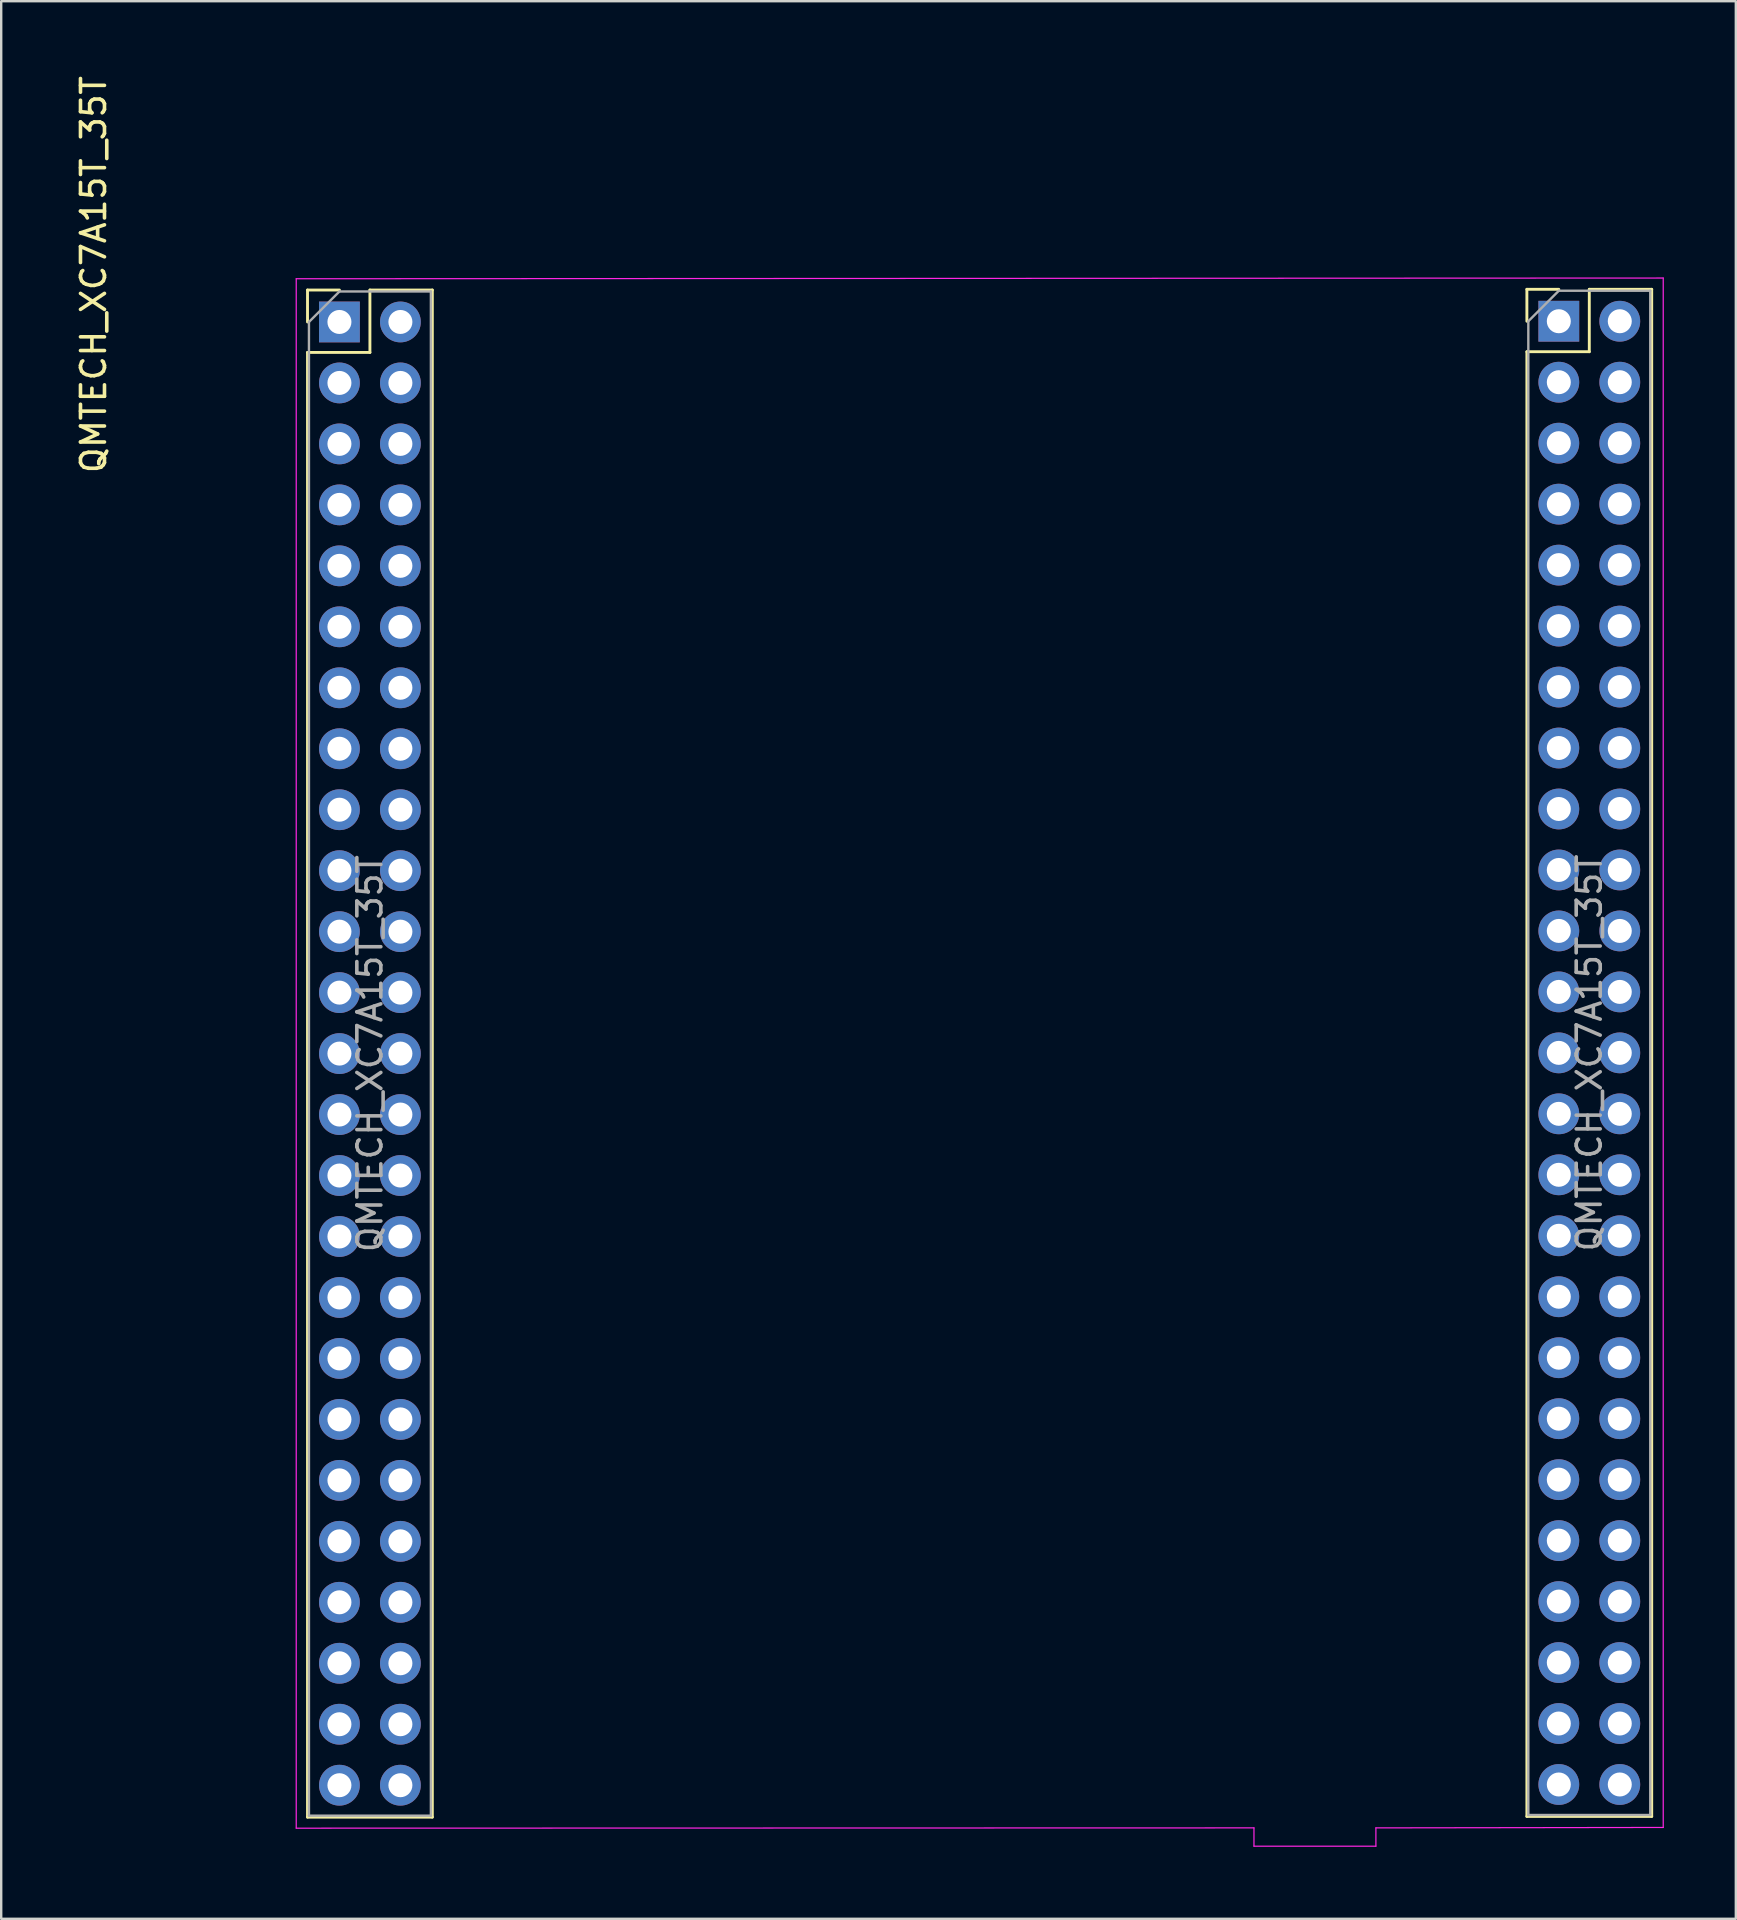
<source format=kicad_pcb>
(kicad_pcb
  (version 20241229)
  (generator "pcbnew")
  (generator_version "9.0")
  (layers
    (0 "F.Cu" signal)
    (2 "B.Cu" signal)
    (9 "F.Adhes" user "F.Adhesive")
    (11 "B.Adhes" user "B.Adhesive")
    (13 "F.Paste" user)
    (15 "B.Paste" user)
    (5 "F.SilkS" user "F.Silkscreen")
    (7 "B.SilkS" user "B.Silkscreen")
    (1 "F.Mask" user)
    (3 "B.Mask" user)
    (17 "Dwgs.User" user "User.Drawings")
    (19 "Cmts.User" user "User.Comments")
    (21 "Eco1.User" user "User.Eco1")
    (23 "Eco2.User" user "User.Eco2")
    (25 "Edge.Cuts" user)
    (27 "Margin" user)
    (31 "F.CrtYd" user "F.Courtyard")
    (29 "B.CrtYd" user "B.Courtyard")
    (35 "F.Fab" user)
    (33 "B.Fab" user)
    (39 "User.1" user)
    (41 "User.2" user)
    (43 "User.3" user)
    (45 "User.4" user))
  (footprint "QMTECH_XC7A15T_35T"
    (layer "F.Cu")
    (at 11.091 10.363)
    (property "Reference" "QMTECH_XC7A15T_35T" (at -10.243 -1.976 270) (layer "F.SilkS") (effects (font (size 1 1) (thickness 0.15))))
    (attr through_hole)
    (fp_line (start -1.33 -1.33) (end 0 -1.33) (stroke (width 0.12) (type solid)) (layer "F.SilkS"))
    (fp_line (start -1.33 0) (end -1.33 -1.33) (stroke (width 0.12) (type solid)) (layer "F.SilkS"))
    (fp_line (start -1.33 1.27) (end -1.33 62.29) (stroke (width 0.12) (type solid)) (layer "F.SilkS"))
    (fp_line (start -1.33 1.27) (end 1.27 1.27) (stroke (width 0.12) (type solid)) (layer "F.SilkS"))
    (fp_line (start -1.33 62.29) (end 3.87 62.29) (stroke (width 0.12) (type solid)) (layer "F.SilkS"))
    (fp_line (start 1.27 -1.33) (end 3.87 -1.33) (stroke (width 0.12) (type solid)) (layer "F.SilkS"))
    (fp_line (start 1.27 1.27) (end 1.27 -1.33) (stroke (width 0.12) (type solid)) (layer "F.SilkS"))
    (fp_line (start 3.87 -1.33) (end 3.87 62.29) (stroke (width 0.12) (type solid)) (layer "F.SilkS"))
    (fp_line (start 49.47 -1.36) (end 50.8 -1.36) (stroke (width 0.12) (type solid)) (layer "F.SilkS"))
    (fp_line (start 49.47 -0.03) (end 49.47 -1.36) (stroke (width 0.12) (type solid)) (layer "F.SilkS"))
    (fp_line (start 49.47 1.24) (end 49.47 62.26) (stroke (width 0.12) (type solid)) (layer "F.SilkS"))
    (fp_line (start 49.47 1.24) (end 52.07 1.24) (stroke (width 0.12) (type solid)) (layer "F.SilkS"))
    (fp_line (start 49.47 62.26) (end 54.67 62.26) (stroke (width 0.12) (type solid)) (layer "F.SilkS"))
    (fp_line (start 52.07 -1.36) (end 54.67 -1.36) (stroke (width 0.12) (type solid)) (layer "F.SilkS"))
    (fp_line (start 52.07 1.24) (end 52.07 -1.36) (stroke (width 0.12) (type solid)) (layer "F.SilkS"))
    (fp_line (start 54.67 -1.36) (end 54.67 62.26) (stroke (width 0.12) (type solid)) (layer "F.SilkS"))
    (fp_line (start -1.8 -1.8) (end -1.8 62.75) (stroke (width 0.05) (type solid)) (layer "F.CrtYd"))
    (fp_line (start -1.8 62.75) (end 38.1 62.738) (stroke (width 0.05) (type solid)) (layer "F.CrtYd"))
    (fp_line (start 38.1 63.5) (end 38.1 62.738) (stroke (width 0.05) (type solid)) (layer "F.CrtYd"))
    (fp_line (start 38.1 63.5) (end 43.18 63.5) (stroke (width 0.05) (type solid)) (layer "F.CrtYd"))
    (fp_line (start 43.18 62.738) (end 55.15 62.72) (stroke (width 0.05) (type solid)) (layer "F.CrtYd"))
    (fp_line (start 43.18 63.5) (end 43.18 62.738) (stroke (width 0.05) (type solid)) (layer "F.CrtYd"))
    (fp_line (start 55.15 -1.83) (end -1.8 -1.8) (stroke (width 0.05) (type solid)) (layer "F.CrtYd"))
    (fp_line (start 55.15 62.72) (end 55.15 -1.83) (stroke (width 0.05) (type solid)) (layer "F.CrtYd"))
    (fp_line (start -1.27 0) (end 0 -1.27) (stroke (width 0.1) (type solid)) (layer "F.Fab"))
    (fp_line (start -1.27 62.23) (end -1.27 0) (stroke (width 0.1) (type solid)) (layer "F.Fab"))
    (fp_line (start 0 -1.27) (end 3.81 -1.27) (stroke (width 0.1) (type solid)) (layer "F.Fab"))
    (fp_line (start 3.81 -1.27) (end 3.81 62.23) (stroke (width 0.1) (type solid)) (layer "F.Fab"))
    (fp_line (start 3.81 62.23) (end -1.27 62.23) (stroke (width 0.1) (type solid)) (layer "F.Fab"))
    (fp_line (start 49.53 -0.03) (end 50.8 -1.3) (stroke (width 0.1) (type solid)) (layer "F.Fab"))
    (fp_line (start 49.53 62.2) (end 49.53 -0.03) (stroke (width 0.1) (type solid)) (layer "F.Fab"))
    (fp_line (start 50.8 -1.3) (end 54.61 -1.3) (stroke (width 0.1) (type solid)) (layer "F.Fab"))
    (fp_line (start 54.61 -1.3) (end 54.61 62.2) (stroke (width 0.1) (type solid)) (layer "F.Fab"))
    (fp_line (start 54.61 62.2) (end 49.53 62.2) (stroke (width 0.1) (type solid)) (layer "F.Fab"))
    (fp_text user "${REFERENCE}" (at 52.07 30.45 90) (layer "F.Fab") (effects (font (size 1 1) (thickness 0.15))))
    (fp_text user "${REFERENCE}" (at 1.27 30.48 90) (layer "F.Fab") (effects (font (size 1 1) (thickness 0.15))))
    (pad "1" thru_hole rect (at 0 0) (size 1.7 1.7) (drill 1) (layers "*.Cu" "*.Mask"))
    (pad "2" thru_hole oval (at 2.54 0) (size 1.7 1.7) (drill 1) (layers "*.Cu" "*.Mask"))
    (pad "3" thru_hole oval (at 0 2.54) (size 1.7 1.7) (drill 1) (layers "*.Cu" "*.Mask"))
    (pad "4" thru_hole oval (at 2.54 2.54) (size 1.7 1.7) (drill 1) (layers "*.Cu" "*.Mask"))
    (pad "5" thru_hole oval (at 0 5.08) (size 1.7 1.7) (drill 1) (layers "*.Cu" "*.Mask"))
    (pad "6" thru_hole oval (at 2.54 5.08) (size 1.7 1.7) (drill 1) (layers "*.Cu" "*.Mask"))
    (pad "7" thru_hole oval (at 0 7.62) (size 1.7 1.7) (drill 1) (layers "*.Cu" "*.Mask"))
    (pad "8" thru_hole oval (at 2.54 7.62) (size 1.7 1.7) (drill 1) (layers "*.Cu" "*.Mask"))
    (pad "9" thru_hole oval (at 0 10.16) (size 1.7 1.7) (drill 1) (layers "*.Cu" "*.Mask"))
    (pad "10" thru_hole oval (at 2.54 10.16) (size 1.7 1.7) (drill 1) (layers "*.Cu" "*.Mask"))
    (pad "11" thru_hole oval (at 0 12.7) (size 1.7 1.7) (drill 1) (layers "*.Cu" "*.Mask"))
    (pad "12" thru_hole oval (at 2.54 12.7) (size 1.7 1.7) (drill 1) (layers "*.Cu" "*.Mask"))
    (pad "13" thru_hole oval (at 0 15.24) (size 1.7 1.7) (drill 1) (layers "*.Cu" "*.Mask"))
    (pad "14" thru_hole oval (at 2.54 15.24) (size 1.7 1.7) (drill 1) (layers "*.Cu" "*.Mask"))
    (pad "15" thru_hole oval (at 0 17.78) (size 1.7 1.7) (drill 1) (layers "*.Cu" "*.Mask"))
    (pad "16" thru_hole oval (at 2.54 17.78) (size 1.7 1.7) (drill 1) (layers "*.Cu" "*.Mask"))
    (pad "17" thru_hole oval (at 0 20.32) (size 1.7 1.7) (drill 1) (layers "*.Cu" "*.Mask"))
    (pad "18" thru_hole oval (at 2.54 20.32) (size 1.7 1.7) (drill 1) (layers "*.Cu" "*.Mask"))
    (pad "19" thru_hole oval (at 0 22.86) (size 1.7 1.7) (drill 1) (layers "*.Cu" "*.Mask"))
    (pad "20" thru_hole oval (at 2.54 22.86) (size 1.7 1.7) (drill 1) (layers "*.Cu" "*.Mask"))
    (pad "21" thru_hole oval (at 0 25.4) (size 1.7 1.7) (drill 1) (layers "*.Cu" "*.Mask"))
    (pad "22" thru_hole oval (at 2.54 25.4) (size 1.7 1.7) (drill 1) (layers "*.Cu" "*.Mask"))
    (pad "23" thru_hole oval (at 0 27.94) (size 1.7 1.7) (drill 1) (layers "*.Cu" "*.Mask"))
    (pad "24" thru_hole oval (at 2.54 27.94) (size 1.7 1.7) (drill 1) (layers "*.Cu" "*.Mask"))
    (pad "25" thru_hole oval (at 0 30.48) (size 1.7 1.7) (drill 1) (layers "*.Cu" "*.Mask"))
    (pad "26" thru_hole oval (at 2.54 30.48) (size 1.7 1.7) (drill 1) (layers "*.Cu" "*.Mask"))
    (pad "27" thru_hole oval (at 0 33.02) (size 1.7 1.7) (drill 1) (layers "*.Cu" "*.Mask"))
    (pad "28" thru_hole oval (at 2.54 33.02) (size 1.7 1.7) (drill 1) (layers "*.Cu" "*.Mask"))
    (pad "29" thru_hole oval (at 0 35.56) (size 1.7 1.7) (drill 1) (layers "*.Cu" "*.Mask"))
    (pad "30" thru_hole oval (at 2.54 35.56) (size 1.7 1.7) (drill 1) (layers "*.Cu" "*.Mask"))
    (pad "31" thru_hole oval (at 0 38.1) (size 1.7 1.7) (drill 1) (layers "*.Cu" "*.Mask"))
    (pad "32" thru_hole oval (at 2.54 38.1) (size 1.7 1.7) (drill 1) (layers "*.Cu" "*.Mask"))
    (pad "33" thru_hole oval (at 0 40.64) (size 1.7 1.7) (drill 1) (layers "*.Cu" "*.Mask"))
    (pad "34" thru_hole oval (at 2.54 40.64) (size 1.7 1.7) (drill 1) (layers "*.Cu" "*.Mask"))
    (pad "35" thru_hole oval (at 0 43.18) (size 1.7 1.7) (drill 1) (layers "*.Cu" "*.Mask"))
    (pad "36" thru_hole oval (at 2.54 43.18) (size 1.7 1.7) (drill 1) (layers "*.Cu" "*.Mask"))
    (pad "37" thru_hole oval (at 0 45.72) (size 1.7 1.7) (drill 1) (layers "*.Cu" "*.Mask"))
    (pad "38" thru_hole oval (at 2.54 45.72) (size 1.7 1.7) (drill 1) (layers "*.Cu" "*.Mask"))
    (pad "39" thru_hole oval (at 0 48.26) (size 1.7 1.7) (drill 1) (layers "*.Cu" "*.Mask"))
    (pad "40" thru_hole oval (at 2.54 48.26) (size 1.7 1.7) (drill 1) (layers "*.Cu" "*.Mask"))
    (pad "41" thru_hole oval (at 0 50.8) (size 1.7 1.7) (drill 1) (layers "*.Cu" "*.Mask"))
    (pad "42" thru_hole oval (at 2.54 50.8) (size 1.7 1.7) (drill 1) (layers "*.Cu" "*.Mask"))
    (pad "43" thru_hole oval (at 0 53.34) (size 1.7 1.7) (drill 1) (layers "*.Cu" "*.Mask"))
    (pad "44" thru_hole oval (at 2.54 53.34) (size 1.7 1.7) (drill 1) (layers "*.Cu" "*.Mask"))
    (pad "45" thru_hole oval (at 0 55.88) (size 1.7 1.7) (drill 1) (layers "*.Cu" "*.Mask"))
    (pad "46" thru_hole oval (at 2.54 55.88) (size 1.7 1.7) (drill 1) (layers "*.Cu" "*.Mask"))
    (pad "47" thru_hole oval (at 0 58.42) (size 1.7 1.7) (drill 1) (layers "*.Cu" "*.Mask"))
    (pad "48" thru_hole oval (at 2.54 58.42) (size 1.7 1.7) (drill 1) (layers "*.Cu" "*.Mask"))
    (pad "49" thru_hole oval (at 0 60.96) (size 1.7 1.7) (drill 1) (layers "*.Cu" "*.Mask"))
    (pad "50" thru_hole oval (at 2.54 60.96) (size 1.7 1.7) (drill 1) (layers "*.Cu" "*.Mask"))
    (pad "51" thru_hole rect (at 50.8 -0.03) (size 1.7 1.7) (drill 1) (layers "*.Cu" "*.Mask"))
    (pad "52" thru_hole oval (at 53.34 -0.03) (size 1.7 1.7) (drill 1) (layers "*.Cu" "*.Mask"))
    (pad "53" thru_hole oval (at 50.8 2.51) (size 1.7 1.7) (drill 1) (layers "*.Cu" "*.Mask"))
    (pad "54" thru_hole oval (at 53.34 2.51) (size 1.7 1.7) (drill 1) (layers "*.Cu" "*.Mask"))
    (pad "55" thru_hole oval (at 50.8 5.05) (size 1.7 1.7) (drill 1) (layers "*.Cu" "*.Mask"))
    (pad "56" thru_hole oval (at 53.34 5.05) (size 1.7 1.7) (drill 1) (layers "*.Cu" "*.Mask"))
    (pad "57" thru_hole oval (at 50.8 7.59) (size 1.7 1.7) (drill 1) (layers "*.Cu" "*.Mask"))
    (pad "58" thru_hole oval (at 53.34 7.59) (size 1.7 1.7) (drill 1) (layers "*.Cu" "*.Mask"))
    (pad "59" thru_hole oval (at 50.8 10.13) (size 1.7 1.7) (drill 1) (layers "*.Cu" "*.Mask"))
    (pad "60" thru_hole oval (at 53.34 10.13) (size 1.7 1.7) (drill 1) (layers "*.Cu" "*.Mask"))
    (pad "61" thru_hole oval (at 50.8 12.67) (size 1.7 1.7) (drill 1) (layers "*.Cu" "*.Mask"))
    (pad "62" thru_hole oval (at 53.34 12.67) (size 1.7 1.7) (drill 1) (layers "*.Cu" "*.Mask"))
    (pad "63" thru_hole oval (at 50.8 15.21) (size 1.7 1.7) (drill 1) (layers "*.Cu" "*.Mask"))
    (pad "64" thru_hole oval (at 53.34 15.21) (size 1.7 1.7) (drill 1) (layers "*.Cu" "*.Mask"))
    (pad "65" thru_hole oval (at 50.8 17.75) (size 1.7 1.7) (drill 1) (layers "*.Cu" "*.Mask"))
    (pad "66" thru_hole oval (at 53.34 17.75) (size 1.7 1.7) (drill 1) (layers "*.Cu" "*.Mask"))
    (pad "67" thru_hole oval (at 50.8 20.29) (size 1.7 1.7) (drill 1) (layers "*.Cu" "*.Mask"))
    (pad "68" thru_hole oval (at 53.34 20.29) (size 1.7 1.7) (drill 1) (layers "*.Cu" "*.Mask"))
    (pad "69" thru_hole oval (at 50.8 22.83) (size 1.7 1.7) (drill 1) (layers "*.Cu" "*.Mask"))
    (pad "70" thru_hole oval (at 53.34 22.83) (size 1.7 1.7) (drill 1) (layers "*.Cu" "*.Mask"))
    (pad "71" thru_hole oval (at 50.8 25.37) (size 1.7 1.7) (drill 1) (layers "*.Cu" "*.Mask"))
    (pad "72" thru_hole oval (at 53.34 25.37) (size 1.7 1.7) (drill 1) (layers "*.Cu" "*.Mask"))
    (pad "73" thru_hole oval (at 50.8 27.91) (size 1.7 1.7) (drill 1) (layers "*.Cu" "*.Mask"))
    (pad "74" thru_hole oval (at 53.34 27.91) (size 1.7 1.7) (drill 1) (layers "*.Cu" "*.Mask"))
    (pad "75" thru_hole oval (at 50.8 30.45) (size 1.7 1.7) (drill 1) (layers "*.Cu" "*.Mask"))
    (pad "76" thru_hole oval (at 53.34 30.45) (size 1.7 1.7) (drill 1) (layers "*.Cu" "*.Mask"))
    (pad "77" thru_hole oval (at 50.8 32.99) (size 1.7 1.7) (drill 1) (layers "*.Cu" "*.Mask"))
    (pad "78" thru_hole oval (at 53.34 32.99) (size 1.7 1.7) (drill 1) (layers "*.Cu" "*.Mask"))
    (pad "79" thru_hole oval (at 50.8 35.53) (size 1.7 1.7) (drill 1) (layers "*.Cu" "*.Mask"))
    (pad "80" thru_hole oval (at 53.34 35.53) (size 1.7 1.7) (drill 1) (layers "*.Cu" "*.Mask"))
    (pad "81" thru_hole oval (at 50.8 38.07) (size 1.7 1.7) (drill 1) (layers "*.Cu" "*.Mask"))
    (pad "82" thru_hole oval (at 53.34 38.07) (size 1.7 1.7) (drill 1) (layers "*.Cu" "*.Mask"))
    (pad "83" thru_hole oval (at 50.8 40.61) (size 1.7 1.7) (drill 1) (layers "*.Cu" "*.Mask"))
    (pad "84" thru_hole oval (at 53.34 40.61) (size 1.7 1.7) (drill 1) (layers "*.Cu" "*.Mask"))
    (pad "85" thru_hole oval (at 50.8 43.15) (size 1.7 1.7) (drill 1) (layers "*.Cu" "*.Mask"))
    (pad "86" thru_hole oval (at 53.34 43.15) (size 1.7 1.7) (drill 1) (layers "*.Cu" "*.Mask"))
    (pad "87" thru_hole oval (at 50.8 45.69) (size 1.7 1.7) (drill 1) (layers "*.Cu" "*.Mask"))
    (pad "88" thru_hole oval (at 53.34 45.69) (size 1.7 1.7) (drill 1) (layers "*.Cu" "*.Mask"))
    (pad "89" thru_hole oval (at 50.8 48.23) (size 1.7 1.7) (drill 1) (layers "*.Cu" "*.Mask"))
    (pad "90" thru_hole oval (at 53.34 48.23) (size 1.7 1.7) (drill 1) (layers "*.Cu" "*.Mask"))
    (pad "91" thru_hole oval (at 50.8 50.77) (size 1.7 1.7) (drill 1) (layers "*.Cu" "*.Mask"))
    (pad "92" thru_hole oval (at 53.34 50.77) (size 1.7 1.7) (drill 1) (layers "*.Cu" "*.Mask"))
    (pad "93" thru_hole oval (at 50.8 53.31) (size 1.7 1.7) (drill 1) (layers "*.Cu" "*.Mask"))
    (pad "94" thru_hole oval (at 53.34 53.31) (size 1.7 1.7) (drill 1) (layers "*.Cu" "*.Mask"))
    (pad "95" thru_hole oval (at 50.8 55.85) (size 1.7 1.7) (drill 1) (layers "*.Cu" "*.Mask"))
    (pad "96" thru_hole oval (at 53.34 55.85) (size 1.7 1.7) (drill 1) (layers "*.Cu" "*.Mask"))
    (pad "97" thru_hole oval (at 50.8 58.39) (size 1.7 1.7) (drill 1) (layers "*.Cu" "*.Mask"))
    (pad "98" thru_hole oval (at 53.34 58.39) (size 1.7 1.7) (drill 1) (layers "*.Cu" "*.Mask"))
    (pad "99" thru_hole oval (at 50.8 60.93) (size 1.7 1.7) (drill 1) (layers "*.Cu" "*.Mask"))
    (pad "100" thru_hole oval (at 53.34 60.93) (size 1.7 1.7) (drill 1) (layers "*.Cu" "*.Mask")))
  (gr_rect
    (start -3 -3)
    (end 69.266 76.888)
    (stroke (width 0.1) (type default))
    (fill no)
    (layer "Edge.Cuts")))
</source>
